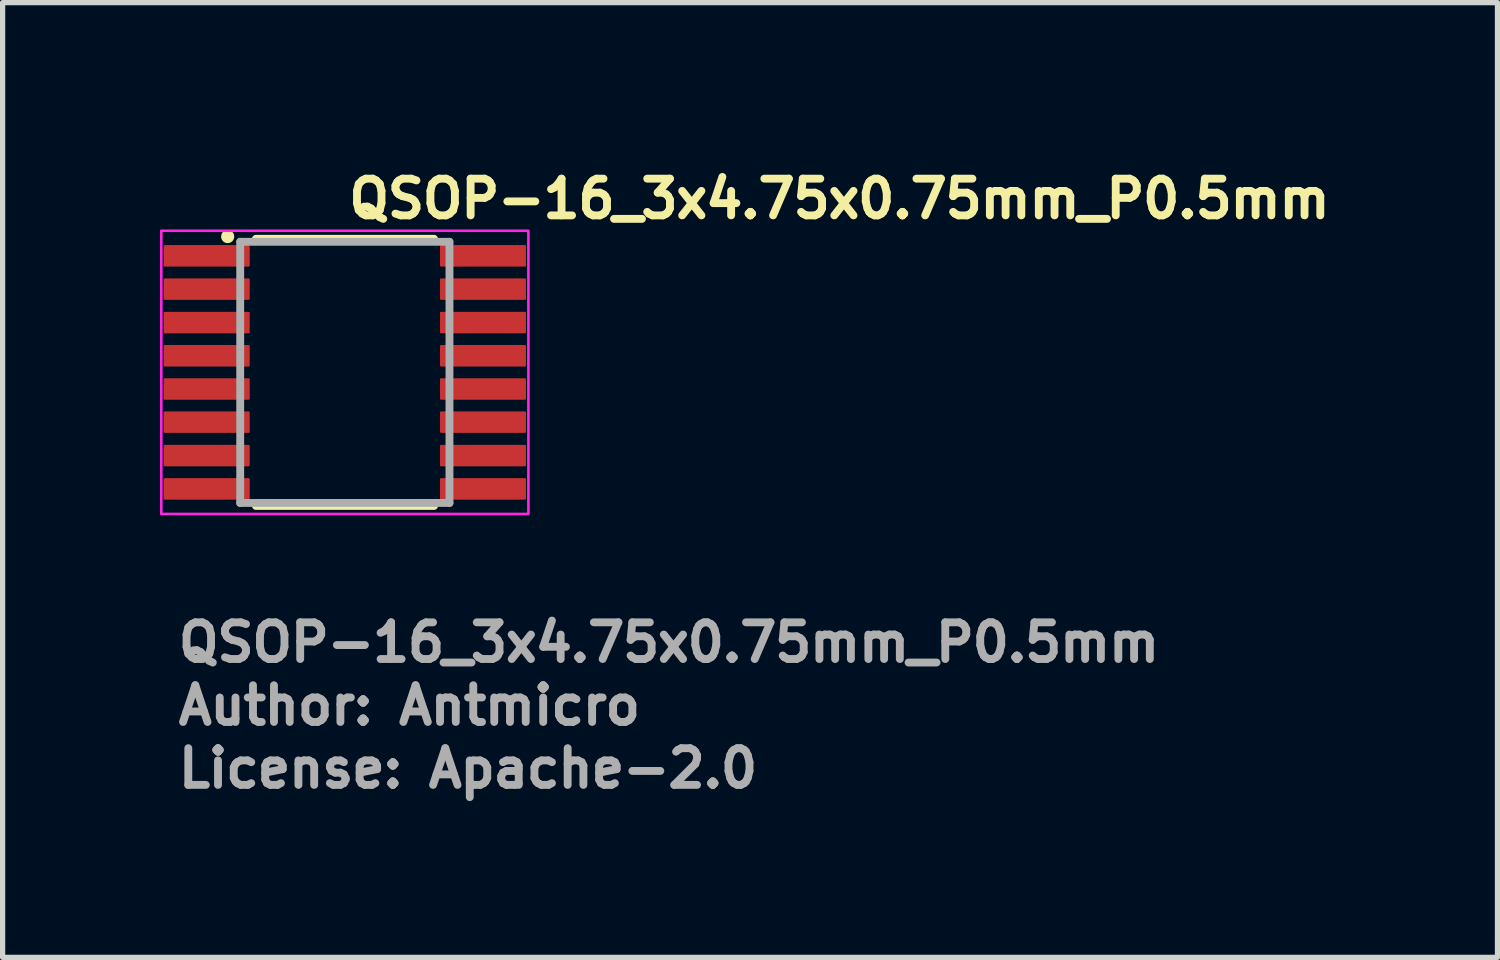
<source format=kicad_pcb>
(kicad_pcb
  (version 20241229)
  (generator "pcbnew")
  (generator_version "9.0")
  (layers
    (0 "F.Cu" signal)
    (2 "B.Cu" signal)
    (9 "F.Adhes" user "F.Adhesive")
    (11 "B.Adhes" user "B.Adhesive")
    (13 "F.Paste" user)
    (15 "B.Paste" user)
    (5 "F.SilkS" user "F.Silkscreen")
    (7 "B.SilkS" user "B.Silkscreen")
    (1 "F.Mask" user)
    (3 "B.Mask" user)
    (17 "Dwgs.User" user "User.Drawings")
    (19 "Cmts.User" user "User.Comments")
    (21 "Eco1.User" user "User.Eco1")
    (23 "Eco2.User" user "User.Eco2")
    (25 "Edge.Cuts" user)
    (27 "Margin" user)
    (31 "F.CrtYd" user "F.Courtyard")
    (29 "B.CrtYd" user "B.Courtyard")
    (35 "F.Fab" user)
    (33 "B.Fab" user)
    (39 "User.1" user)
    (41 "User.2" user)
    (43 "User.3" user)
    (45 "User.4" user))
  (footprint "QSOP-16_3x4.75x0.75mm_P0.5mm"
    (layer "F.Cu")
    (at 3.525 4.05)
    (property "Reference" "QSOP-16_3x4.75x0.75mm_P0.5mm" (at 0 -2.9 0) (layer "F.SilkS") (effects (font (size 0.7 0.7) (thickness 0.15)) (justify left bottom)))
    (attr smd)
    (fp_line (start -1.695 -2.547) (end 1.7 -2.547) (stroke (width 0.15) (type solid)) (layer "F.SilkS"))
    (fp_line (start -1.695 2.547) (end 1.7 2.547) (stroke (width 0.15) (type solid)) (layer "F.SilkS"))
    (fp_circle (center -2.234 -2.589) (end -2.184 -2.589) (stroke (width 0.15) (type solid)) (fill yes) (layer "F.SilkS"))
    (fp_rect (start -3.5 -2.7) (end 3.5 2.7) (stroke (width 0.05) (type solid)) (fill no) (layer "F.CrtYd"))
    (fp_line (start -1.995 -2.49) (end -1.995 2.49) (stroke (width 0.15) (type solid)) (layer "F.Fab"))
    (fp_line (start -1.995 -2.49) (end 1.995 -2.49) (stroke (width 0.15) (type solid)) (layer "F.Fab"))
    (fp_line (start -1.995 2.49) (end 1.995 2.49) (stroke (width 0.15) (type solid)) (layer "F.Fab"))
    (fp_line (start 1.995 -2.49) (end 1.995 2.49) (stroke (width 0.15) (type solid)) (layer "F.Fab"))
    (fp_rect (start -3.009 -2.445) (end 3.009 2.445) (stroke (width 0.1) (type solid)) (fill no) (layer "User.5"))
    (fp_line (start -3.009 -2.097) (end -3.009 -2.347) (stroke (width 0.02) (type solid)) (layer "User.9"))
    (fp_line (start -3.009 -1.462) (end -3.009 -1.712) (stroke (width 0.02) (type solid)) (layer "User.9"))
    (fp_line (start -3.009 -0.825) (end -3.009 -1.077) (stroke (width 0.02) (type solid)) (layer "User.9"))
    (fp_line (start -3.009 -0.192) (end -3.009 -0.442) (stroke (width 0.02) (type solid)) (layer "User.9"))
    (fp_line (start -3.009 0.442) (end -3.009 0.192) (stroke (width 0.02) (type solid)) (layer "User.9"))
    (fp_line (start -3.009 1.077) (end -3.009 0.825) (stroke (width 0.02) (type solid)) (layer "User.9"))
    (fp_line (start -3.009 1.712) (end -3.009 1.462) (stroke (width 0.02) (type solid)) (layer "User.9"))
    (fp_line (start -3.009 2.347) (end -3.009 2.097) (stroke (width 0.02) (type solid)) (layer "User.9"))
    (fp_line (start -2.559 -2.347) (end -3.009 -2.347) (stroke (width 0.02) (type solid)) (layer "User.9"))
    (fp_line (start -2.559 -2.097) (end -3.009 -2.097) (stroke (width 0.02) (type solid)) (layer "User.9"))
    (fp_line (start -2.559 -1.712) (end -3.009 -1.712) (stroke (width 0.02) (type solid)) (layer "User.9"))
    (fp_line (start -2.559 -1.462) (end -3.009 -1.462) (stroke (width 0.02) (type solid)) (layer "User.9"))
    (fp_line (start -2.559 -1.077) (end -3.009 -1.077) (stroke (width 0.02) (type solid)) (layer "User.9"))
    (fp_line (start -2.559 -0.825) (end -3.009 -0.825) (stroke (width 0.02) (type solid)) (layer "User.9"))
    (fp_line (start -2.559 -0.442) (end -3.009 -0.442) (stroke (width 0.02) (type solid)) (layer "User.9"))
    (fp_line (start -2.559 -0.192) (end -3.009 -0.192) (stroke (width 0.02) (type solid)) (layer "User.9"))
    (fp_line (start -2.559 0.192) (end -3.009 0.192) (stroke (width 0.02) (type solid)) (layer "User.9"))
    (fp_line (start -2.559 0.442) (end -3.009 0.442) (stroke (width 0.02) (type solid)) (layer "User.9"))
    (fp_line (start -2.559 0.825) (end -3.009 0.825) (stroke (width 0.02) (type solid)) (layer "User.9"))
    (fp_line (start -2.559 1.077) (end -3.009 1.077) (stroke (width 0.02) (type solid)) (layer "User.9"))
    (fp_line (start -2.559 1.462) (end -3.009 1.462) (stroke (width 0.02) (type solid)) (layer "User.9"))
    (fp_line (start -2.559 1.712) (end -3.009 1.712) (stroke (width 0.02) (type solid)) (layer "User.9"))
    (fp_line (start -2.559 2.097) (end -3.009 2.097) (stroke (width 0.02) (type solid)) (layer "User.9"))
    (fp_line (start -2.559 2.347) (end -3.009 2.347) (stroke (width 0.02) (type solid)) (layer "User.9"))
    (fp_line (start -2.509 -2.347) (end -2.559 -2.347) (stroke (width 0.02) (type solid)) (layer "User.9"))
    (fp_line (start -2.509 -2.097) (end -2.559 -2.097) (stroke (width 0.02) (type solid)) (layer "User.9"))
    (fp_line (start -2.509 -1.712) (end -2.559 -1.712) (stroke (width 0.02) (type solid)) (layer "User.9"))
    (fp_line (start -2.509 -1.462) (end -2.559 -1.462) (stroke (width 0.02) (type solid)) (layer "User.9"))
    (fp_line (start -2.509 -1.077) (end -2.559 -1.077) (stroke (width 0.02) (type solid)) (layer "User.9"))
    (fp_line (start -2.509 -0.825) (end -2.559 -0.825) (stroke (width 0.02) (type solid)) (layer "User.9"))
    (fp_line (start -2.509 -0.442) (end -2.559 -0.442) (stroke (width 0.02) (type solid)) (layer "User.9"))
    (fp_line (start -2.509 -0.192) (end -2.559 -0.192) (stroke (width 0.02) (type solid)) (layer "User.9"))
    (fp_line (start -2.509 0.192) (end -2.559 0.192) (stroke (width 0.02) (type solid)) (layer "User.9"))
    (fp_line (start -2.509 0.442) (end -2.559 0.442) (stroke (width 0.02) (type solid)) (layer "User.9"))
    (fp_line (start -2.509 0.825) (end -2.559 0.825) (stroke (width 0.02) (type solid)) (layer "User.9"))
    (fp_line (start -2.509 1.077) (end -2.559 1.077) (stroke (width 0.02) (type solid)) (layer "User.9"))
    (fp_line (start -2.509 1.462) (end -2.559 1.462) (stroke (width 0.02) (type solid)) (layer "User.9"))
    (fp_line (start -2.509 1.712) (end -2.559 1.712) (stroke (width 0.02) (type solid)) (layer "User.9"))
    (fp_line (start -2.509 2.097) (end -2.559 2.097) (stroke (width 0.02) (type solid)) (layer "User.9"))
    (fp_line (start -2.509 2.347) (end -2.559 2.347) (stroke (width 0.02) (type solid)) (layer "User.9"))
    (fp_line (start -2.475 -2.347) (end -2.509 -2.347) (stroke (width 0.02) (type solid)) (layer "User.9"))
    (fp_line (start -2.475 -2.097) (end -2.509 -2.097) (stroke (width 0.02) (type solid)) (layer "User.9"))
    (fp_line (start -2.475 -1.712) (end -2.509 -1.712) (stroke (width 0.02) (type solid)) (layer "User.9"))
    (fp_line (start -2.475 -1.462) (end -2.509 -1.462) (stroke (width 0.02) (type solid)) (layer "User.9"))
    (fp_line (start -2.475 -1.077) (end -2.509 -1.077) (stroke (width 0.02) (type solid)) (layer "User.9"))
    (fp_line (start -2.475 -0.825) (end -2.509 -0.825) (stroke (width 0.02) (type solid)) (layer "User.9"))
    (fp_line (start -2.475 -0.442) (end -2.509 -0.442) (stroke (width 0.02) (type solid)) (layer "User.9"))
    (fp_line (start -2.475 -0.192) (end -2.509 -0.192) (stroke (width 0.02) (type solid)) (layer "User.9"))
    (fp_line (start -2.475 0.192) (end -2.509 0.192) (stroke (width 0.02) (type solid)) (layer "User.9"))
    (fp_line (start -2.475 0.442) (end -2.509 0.442) (stroke (width 0.02) (type solid)) (layer "User.9"))
    (fp_line (start -2.475 0.825) (end -2.509 0.825) (stroke (width 0.02) (type solid)) (layer "User.9"))
    (fp_line (start -2.475 1.077) (end -2.509 1.077) (stroke (width 0.02) (type solid)) (layer "User.9"))
    (fp_line (start -2.475 1.462) (end -2.509 1.462) (stroke (width 0.02) (type solid)) (layer "User.9"))
    (fp_line (start -2.475 1.712) (end -2.509 1.712) (stroke (width 0.02) (type solid)) (layer "User.9"))
    (fp_line (start -2.475 2.097) (end -2.509 2.097) (stroke (width 0.02) (type solid)) (layer "User.9"))
    (fp_line (start -2.475 2.347) (end -2.509 2.347) (stroke (width 0.02) (type solid)) (layer "User.9"))
    (fp_line (start -2.275 -2.347) (end -2.475 -2.347) (stroke (width 0.02) (type solid)) (layer "User.9"))
    (fp_line (start -2.275 -2.097) (end -2.475 -2.097) (stroke (width 0.02) (type solid)) (layer "User.9"))
    (fp_line (start -2.275 -1.712) (end -2.475 -1.712) (stroke (width 0.02) (type solid)) (layer "User.9"))
    (fp_line (start -2.275 -1.462) (end -2.475 -1.462) (stroke (width 0.02) (type solid)) (layer "User.9"))
    (fp_line (start -2.275 -1.077) (end -2.475 -1.077) (stroke (width 0.02) (type solid)) (layer "User.9"))
    (fp_line (start -2.275 -0.825) (end -2.475 -0.825) (stroke (width 0.02) (type solid)) (layer "User.9"))
    (fp_line (start -2.275 -0.442) (end -2.475 -0.442) (stroke (width 0.02) (type solid)) (layer "User.9"))
    (fp_line (start -2.275 -0.192) (end -2.475 -0.192) (stroke (width 0.02) (type solid)) (layer "User.9"))
    (fp_line (start -2.275 0.192) (end -2.475 0.192) (stroke (width 0.02) (type solid)) (layer "User.9"))
    (fp_line (start -2.275 0.442) (end -2.475 0.442) (stroke (width 0.02) (type solid)) (layer "User.9"))
    (fp_line (start -2.275 0.825) (end -2.475 0.825) (stroke (width 0.02) (type solid)) (layer "User.9"))
    (fp_line (start -2.275 1.077) (end -2.475 1.077) (stroke (width 0.02) (type solid)) (layer "User.9"))
    (fp_line (start -2.275 1.462) (end -2.475 1.462) (stroke (width 0.02) (type solid)) (layer "User.9"))
    (fp_line (start -2.275 1.712) (end -2.475 1.712) (stroke (width 0.02) (type solid)) (layer "User.9"))
    (fp_line (start -2.275 2.097) (end -2.475 2.097) (stroke (width 0.02) (type solid)) (layer "User.9"))
    (fp_line (start -2.275 2.347) (end -2.475 2.347) (stroke (width 0.02) (type solid)) (layer "User.9"))
    (fp_line (start -1.95 -2.445) (end -1.95 2.445) (stroke (width 0.02) (type solid)) (layer "User.9"))
    (fp_line (start -1.95 -2.347) (end -2.275 -2.347) (stroke (width 0.02) (type solid)) (layer "User.9"))
    (fp_line (start -1.95 -2.097) (end -2.275 -2.097) (stroke (width 0.02) (type solid)) (layer "User.9"))
    (fp_line (start -1.95 -2.097) (end -1.95 -2.347) (stroke (width 0.02) (type solid)) (layer "User.9"))
    (fp_line (start -1.95 -1.712) (end -2.275 -1.712) (stroke (width 0.02) (type solid)) (layer "User.9"))
    (fp_line (start -1.95 -1.462) (end -2.275 -1.462) (stroke (width 0.02) (type solid)) (layer "User.9"))
    (fp_line (start -1.95 -1.462) (end -1.95 -1.712) (stroke (width 0.02) (type solid)) (layer "User.9"))
    (fp_line (start -1.95 -1.077) (end -2.275 -1.077) (stroke (width 0.02) (type solid)) (layer "User.9"))
    (fp_line (start -1.95 -0.825) (end -2.275 -0.825) (stroke (width 0.02) (type solid)) (layer "User.9"))
    (fp_line (start -1.95 -0.825) (end -1.95 -1.077) (stroke (width 0.02) (type solid)) (layer "User.9"))
    (fp_line (start -1.95 -0.442) (end -2.275 -0.442) (stroke (width 0.02) (type solid)) (layer "User.9"))
    (fp_line (start -1.95 -0.192) (end -2.275 -0.192) (stroke (width 0.02) (type solid)) (layer "User.9"))
    (fp_line (start -1.95 -0.192) (end -1.95 -0.442) (stroke (width 0.02) (type solid)) (layer "User.9"))
    (fp_line (start -1.95 0.192) (end -2.275 0.192) (stroke (width 0.02) (type solid)) (layer "User.9"))
    (fp_line (start -1.95 0.442) (end -2.275 0.442) (stroke (width 0.02) (type solid)) (layer "User.9"))
    (fp_line (start -1.95 0.442) (end -1.95 0.192) (stroke (width 0.02) (type solid)) (layer "User.9"))
    (fp_line (start -1.95 0.825) (end -2.275 0.825) (stroke (width 0.02) (type solid)) (layer "User.9"))
    (fp_line (start -1.95 1.077) (end -2.275 1.077) (stroke (width 0.02) (type solid)) (layer "User.9"))
    (fp_line (start -1.95 1.077) (end -1.95 0.825) (stroke (width 0.02) (type solid)) (layer "User.9"))
    (fp_line (start -1.95 1.462) (end -2.275 1.462) (stroke (width 0.02) (type solid)) (layer "User.9"))
    (fp_line (start -1.95 1.712) (end -2.275 1.712) (stroke (width 0.02) (type solid)) (layer "User.9"))
    (fp_line (start -1.95 1.712) (end -1.95 1.462) (stroke (width 0.02) (type solid)) (layer "User.9"))
    (fp_line (start -1.95 2.097) (end -2.275 2.097) (stroke (width 0.02) (type solid)) (layer "User.9"))
    (fp_line (start -1.95 2.347) (end -2.275 2.347) (stroke (width 0.02) (type solid)) (layer "User.9"))
    (fp_line (start -1.95 2.347) (end -1.95 2.097) (stroke (width 0.02) (type solid)) (layer "User.9"))
    (fp_line (start -1.95 2.445) (end 1.95 2.445) (stroke (width 0.02) (type solid)) (layer "User.9"))
    (fp_line (start -1.851 -2.346) (end -1.95 -2.445) (stroke (width 0.02) (type solid)) (layer "User.9"))
    (fp_line (start -1.851 -2.346) (end -1.851 2.346) (stroke (width 0.02) (type solid)) (layer "User.9"))
    (fp_line (start -1.851 2.346) (end -1.95 2.445) (stroke (width 0.02) (type solid)) (layer "User.9"))
    (fp_line (start -1.851 2.346) (end 1.851 2.346) (stroke (width 0.02) (type solid)) (layer "User.9"))
    (fp_line (start 1.851 -2.346) (end -1.851 -2.346) (stroke (width 0.02) (type solid)) (layer "User.9"))
    (fp_line (start 1.851 -2.346) (end 1.95 -2.445) (stroke (width 0.02) (type solid)) (layer "User.9"))
    (fp_line (start 1.851 2.346) (end 1.851 -2.346) (stroke (width 0.02) (type solid)) (layer "User.9"))
    (fp_line (start 1.851 2.346) (end 1.95 2.445) (stroke (width 0.02) (type solid)) (layer "User.9"))
    (fp_line (start 1.95 -2.445) (end -1.95 -2.445) (stroke (width 0.02) (type solid)) (layer "User.9"))
    (fp_line (start 1.95 -2.347) (end 2.275 -2.347) (stroke (width 0.02) (type solid)) (layer "User.9"))
    (fp_line (start 1.95 -2.097) (end 1.95 -2.347) (stroke (width 0.02) (type solid)) (layer "User.9"))
    (fp_line (start 1.95 -2.097) (end 2.275 -2.097) (stroke (width 0.02) (type solid)) (layer "User.9"))
    (fp_line (start 1.95 -1.712) (end 2.275 -1.712) (stroke (width 0.02) (type solid)) (layer "User.9"))
    (fp_line (start 1.95 -1.462) (end 1.95 -1.712) (stroke (width 0.02) (type solid)) (layer "User.9"))
    (fp_line (start 1.95 -1.462) (end 2.275 -1.462) (stroke (width 0.02) (type solid)) (layer "User.9"))
    (fp_line (start 1.95 -1.077) (end 2.275 -1.077) (stroke (width 0.02) (type solid)) (layer "User.9"))
    (fp_line (start 1.95 -0.825) (end 1.95 -1.077) (stroke (width 0.02) (type solid)) (layer "User.9"))
    (fp_line (start 1.95 -0.825) (end 2.275 -0.825) (stroke (width 0.02) (type solid)) (layer "User.9"))
    (fp_line (start 1.95 -0.442) (end 2.275 -0.442) (stroke (width 0.02) (type solid)) (layer "User.9"))
    (fp_line (start 1.95 -0.192) (end 1.95 -0.442) (stroke (width 0.02) (type solid)) (layer "User.9"))
    (fp_line (start 1.95 -0.192) (end 2.275 -0.192) (stroke (width 0.02) (type solid)) (layer "User.9"))
    (fp_line (start 1.95 0.192) (end 2.275 0.192) (stroke (width 0.02) (type solid)) (layer "User.9"))
    (fp_line (start 1.95 0.442) (end 1.95 0.192) (stroke (width 0.02) (type solid)) (layer "User.9"))
    (fp_line (start 1.95 0.442) (end 2.275 0.442) (stroke (width 0.02) (type solid)) (layer "User.9"))
    (fp_line (start 1.95 0.825) (end 2.275 0.825) (stroke (width 0.02) (type solid)) (layer "User.9"))
    (fp_line (start 1.95 1.077) (end 1.95 0.825) (stroke (width 0.02) (type solid)) (layer "User.9"))
    (fp_line (start 1.95 1.077) (end 2.275 1.077) (stroke (width 0.02) (type solid)) (layer "User.9"))
    (fp_line (start 1.95 1.462) (end 2.275 1.462) (stroke (width 0.02) (type solid)) (layer "User.9"))
    (fp_line (start 1.95 1.712) (end 1.95 1.462) (stroke (width 0.02) (type solid)) (layer "User.9"))
    (fp_line (start 1.95 1.712) (end 2.275 1.712) (stroke (width 0.02) (type solid)) (layer "User.9"))
    (fp_line (start 1.95 2.097) (end 2.275 2.097) (stroke (width 0.02) (type solid)) (layer "User.9"))
    (fp_line (start 1.95 2.347) (end 1.95 2.097) (stroke (width 0.02) (type solid)) (layer "User.9"))
    (fp_line (start 1.95 2.347) (end 2.275 2.347) (stroke (width 0.02) (type solid)) (layer "User.9"))
    (fp_line (start 1.95 2.445) (end 1.95 -2.445) (stroke (width 0.02) (type solid)) (layer "User.9"))
    (fp_line (start 2.275 -2.347) (end 2.475 -2.347) (stroke (width 0.02) (type solid)) (layer "User.9"))
    (fp_line (start 2.275 -2.097) (end 2.475 -2.097) (stroke (width 0.02) (type solid)) (layer "User.9"))
    (fp_line (start 2.275 -1.712) (end 2.475 -1.712) (stroke (width 0.02) (type solid)) (layer "User.9"))
    (fp_line (start 2.275 -1.462) (end 2.475 -1.462) (stroke (width 0.02) (type solid)) (layer "User.9"))
    (fp_line (start 2.275 -1.077) (end 2.475 -1.077) (stroke (width 0.02) (type solid)) (layer "User.9"))
    (fp_line (start 2.275 -0.825) (end 2.475 -0.825) (stroke (width 0.02) (type solid)) (layer "User.9"))
    (fp_line (start 2.275 -0.442) (end 2.475 -0.442) (stroke (width 0.02) (type solid)) (layer "User.9"))
    (fp_line (start 2.275 -0.192) (end 2.475 -0.192) (stroke (width 0.02) (type solid)) (layer "User.9"))
    (fp_line (start 2.275 0.192) (end 2.475 0.192) (stroke (width 0.02) (type solid)) (layer "User.9"))
    (fp_line (start 2.275 0.442) (end 2.475 0.442) (stroke (width 0.02) (type solid)) (layer "User.9"))
    (fp_line (start 2.275 0.825) (end 2.475 0.825) (stroke (width 0.02) (type solid)) (layer "User.9"))
    (fp_line (start 2.275 1.077) (end 2.475 1.077) (stroke (width 0.02) (type solid)) (layer "User.9"))
    (fp_line (start 2.275 1.462) (end 2.475 1.462) (stroke (width 0.02) (type solid)) (layer "User.9"))
    (fp_line (start 2.275 1.712) (end 2.475 1.712) (stroke (width 0.02) (type solid)) (layer "User.9"))
    (fp_line (start 2.275 2.097) (end 2.475 2.097) (stroke (width 0.02) (type solid)) (layer "User.9"))
    (fp_line (start 2.275 2.347) (end 2.475 2.347) (stroke (width 0.02) (type solid)) (layer "User.9"))
    (fp_line (start 2.475 -2.347) (end 2.509 -2.347) (stroke (width 0.02) (type solid)) (layer "User.9"))
    (fp_line (start 2.475 -2.097) (end 2.509 -2.097) (stroke (width 0.02) (type solid)) (layer "User.9"))
    (fp_line (start 2.475 -1.712) (end 2.509 -1.712) (stroke (width 0.02) (type solid)) (layer "User.9"))
    (fp_line (start 2.475 -1.462) (end 2.509 -1.462) (stroke (width 0.02) (type solid)) (layer "User.9"))
    (fp_line (start 2.475 -1.077) (end 2.509 -1.077) (stroke (width 0.02) (type solid)) (layer "User.9"))
    (fp_line (start 2.475 -0.825) (end 2.509 -0.825) (stroke (width 0.02) (type solid)) (layer "User.9"))
    (fp_line (start 2.475 -0.442) (end 2.509 -0.442) (stroke (width 0.02) (type solid)) (layer "User.9"))
    (fp_line (start 2.475 -0.192) (end 2.509 -0.192) (stroke (width 0.02) (type solid)) (layer "User.9"))
    (fp_line (start 2.475 0.192) (end 2.509 0.192) (stroke (width 0.02) (type solid)) (layer "User.9"))
    (fp_line (start 2.475 0.442) (end 2.509 0.442) (stroke (width 0.02) (type solid)) (layer "User.9"))
    (fp_line (start 2.475 0.825) (end 2.509 0.825) (stroke (width 0.02) (type solid)) (layer "User.9"))
    (fp_line (start 2.475 1.077) (end 2.509 1.077) (stroke (width 0.02) (type solid)) (layer "User.9"))
    (fp_line (start 2.475 1.462) (end 2.509 1.462) (stroke (width 0.02) (type solid)) (layer "User.9"))
    (fp_line (start 2.475 1.712) (end 2.509 1.712) (stroke (width 0.02) (type solid)) (layer "User.9"))
    (fp_line (start 2.475 2.097) (end 2.509 2.097) (stroke (width 0.02) (type solid)) (layer "User.9"))
    (fp_line (start 2.475 2.347) (end 2.509 2.347) (stroke (width 0.02) (type solid)) (layer "User.9"))
    (fp_line (start 2.509 -2.347) (end 2.559 -2.347) (stroke (width 0.02) (type solid)) (layer "User.9"))
    (fp_line (start 2.509 -2.097) (end 2.559 -2.097) (stroke (width 0.02) (type solid)) (layer "User.9"))
    (fp_line (start 2.509 -1.712) (end 2.559 -1.712) (stroke (width 0.02) (type solid)) (layer "User.9"))
    (fp_line (start 2.509 -1.462) (end 2.559 -1.462) (stroke (width 0.02) (type solid)) (layer "User.9"))
    (fp_line (start 2.509 -1.077) (end 2.559 -1.077) (stroke (width 0.02) (type solid)) (layer "User.9"))
    (fp_line (start 2.509 -0.825) (end 2.559 -0.825) (stroke (width 0.02) (type solid)) (layer "User.9"))
    (fp_line (start 2.509 -0.442) (end 2.559 -0.442) (stroke (width 0.02) (type solid)) (layer "User.9"))
    (fp_line (start 2.509 -0.192) (end 2.559 -0.192) (stroke (width 0.02) (type solid)) (layer "User.9"))
    (fp_line (start 2.509 0.192) (end 2.559 0.192) (stroke (width 0.02) (type solid)) (layer "User.9"))
    (fp_line (start 2.509 0.442) (end 2.559 0.442) (stroke (width 0.02) (type solid)) (layer "User.9"))
    (fp_line (start 2.509 0.825) (end 2.559 0.825) (stroke (width 0.02) (type solid)) (layer "User.9"))
    (fp_line (start 2.509 1.077) (end 2.559 1.077) (stroke (width 0.02) (type solid)) (layer "User.9"))
    (fp_line (start 2.509 1.462) (end 2.559 1.462) (stroke (width 0.02) (type solid)) (layer "User.9"))
    (fp_line (start 2.509 1.712) (end 2.559 1.712) (stroke (width 0.02) (type solid)) (layer "User.9"))
    (fp_line (start 2.509 2.097) (end 2.559 2.097) (stroke (width 0.02) (type solid)) (layer "User.9"))
    (fp_line (start 2.509 2.347) (end 2.559 2.347) (stroke (width 0.02) (type solid)) (layer "User.9"))
    (fp_line (start 2.559 -2.347) (end 3.009 -2.347) (stroke (width 0.02) (type solid)) (layer "User.9"))
    (fp_line (start 2.559 -2.097) (end 3.009 -2.097) (stroke (width 0.02) (type solid)) (layer "User.9"))
    (fp_line (start 2.559 -1.712) (end 3.009 -1.712) (stroke (width 0.02) (type solid)) (layer "User.9"))
    (fp_line (start 2.559 -1.462) (end 3.009 -1.462) (stroke (width 0.02) (type solid)) (layer "User.9"))
    (fp_line (start 2.559 -1.077) (end 3.009 -1.077) (stroke (width 0.02) (type solid)) (layer "User.9"))
    (fp_line (start 2.559 -0.825) (end 3.009 -0.825) (stroke (width 0.02) (type solid)) (layer "User.9"))
    (fp_line (start 2.559 -0.442) (end 3.009 -0.442) (stroke (width 0.02) (type solid)) (layer "User.9"))
    (fp_line (start 2.559 -0.192) (end 3.009 -0.192) (stroke (width 0.02) (type solid)) (layer "User.9"))
    (fp_line (start 2.559 0.192) (end 3.009 0.192) (stroke (width 0.02) (type solid)) (layer "User.9"))
    (fp_line (start 2.559 0.442) (end 3.009 0.442) (stroke (width 0.02) (type solid)) (layer "User.9"))
    (fp_line (start 2.559 0.825) (end 3.009 0.825) (stroke (width 0.02) (type solid)) (layer "User.9"))
    (fp_line (start 2.559 1.077) (end 3.009 1.077) (stroke (width 0.02) (type solid)) (layer "User.9"))
    (fp_line (start 2.559 1.462) (end 3.009 1.462) (stroke (width 0.02) (type solid)) (layer "User.9"))
    (fp_line (start 2.559 1.712) (end 3.009 1.712) (stroke (width 0.02) (type solid)) (layer "User.9"))
    (fp_line (start 2.559 2.097) (end 3.009 2.097) (stroke (width 0.02) (type solid)) (layer "User.9"))
    (fp_line (start 2.559 2.347) (end 3.009 2.347) (stroke (width 0.02) (type solid)) (layer "User.9"))
    (fp_line (start 3.009 -2.097) (end 3.009 -2.347) (stroke (width 0.02) (type solid)) (layer "User.9"))
    (fp_line (start 3.009 -1.462) (end 3.009 -1.712) (stroke (width 0.02) (type solid)) (layer "User.9"))
    (fp_line (start 3.009 -0.825) (end 3.009 -1.077) (stroke (width 0.02) (type solid)) (layer "User.9"))
    (fp_line (start 3.009 -0.192) (end 3.009 -0.442) (stroke (width 0.02) (type solid)) (layer "User.9"))
    (fp_line (start 3.009 0.442) (end 3.009 0.192) (stroke (width 0.02) (type solid)) (layer "User.9"))
    (fp_line (start 3.009 1.077) (end 3.009 0.825) (stroke (width 0.02) (type solid)) (layer "User.9"))
    (fp_line (start 3.009 1.712) (end 3.009 1.462) (stroke (width 0.02) (type solid)) (layer "User.9"))
    (fp_line (start 3.009 2.347) (end 3.009 2.097) (stroke (width 0.02) (type solid)) (layer "User.9"))
    (fp_text user "License: Apache-2.0" (at -3.25 7.959 0) (layer "F.Fab") (effects (font (size 0.7 0.7) (thickness 0.15)) (justify left bottom)))
    (fp_text user "${REFERENCE}" (at -3.25 5.559 0) (layer "F.Fab") (effects (font (size 0.7 0.7) (thickness 0.15)) (justify left bottom)))
    (fp_text user "Author: Antmicro" (at -3.25 6.759 0) (layer "F.Fab") (effects (font (size 0.7 0.7) (thickness 0.15)) (justify left bottom)))
    (pad "1" smd roundrect (at -2.634 -2.222) (size 1.64 0.41) (layers "F.Cu" "F.Mask" "F.Paste") (roundrect_rratio 0.05))
    (pad "2" smd roundrect (at -2.634 -1.587) (size 1.64 0.41) (layers "F.Cu" "F.Mask" "F.Paste") (roundrect_rratio 0.05))
    (pad "3" smd roundrect (at -2.634 -0.949) (size 1.64 0.41) (layers "F.Cu" "F.Mask" "F.Paste") (roundrect_rratio 0.05))
    (pad "4" smd roundrect (at -2.634 -0.317) (size 1.64 0.41) (layers "F.Cu" "F.Mask" "F.Paste") (roundrect_rratio 0.05))
    (pad "5" smd roundrect (at -2.634 0.317) (size 1.64 0.41) (layers "F.Cu" "F.Mask" "F.Paste") (roundrect_rratio 0.05))
    (pad "6" smd roundrect (at -2.634 0.949) (size 1.64 0.41) (layers "F.Cu" "F.Mask" "F.Paste") (roundrect_rratio 0.05))
    (pad "7" smd roundrect (at -2.634 1.587) (size 1.64 0.41) (layers "F.Cu" "F.Mask" "F.Paste") (roundrect_rratio 0.05))
    (pad "8" smd roundrect (at -2.634 2.222) (size 1.64 0.41) (layers "F.Cu" "F.Mask" "F.Paste") (roundrect_rratio 0.05))
    (pad "9" smd roundrect (at 2.634 2.222) (size 1.64 0.41) (layers "F.Cu" "F.Mask" "F.Paste") (roundrect_rratio 0.05))
    (pad "10" smd roundrect (at 2.634 1.587) (size 1.64 0.41) (layers "F.Cu" "F.Mask" "F.Paste") (roundrect_rratio 0.05))
    (pad "11" smd roundrect (at 2.634 0.949) (size 1.64 0.41) (layers "F.Cu" "F.Mask" "F.Paste") (roundrect_rratio 0.05))
    (pad "12" smd roundrect (at 2.634 0.317) (size 1.64 0.41) (layers "F.Cu" "F.Mask" "F.Paste") (roundrect_rratio 0.05))
    (pad "13" smd roundrect (at 2.634 -0.317) (size 1.64 0.41) (layers "F.Cu" "F.Mask" "F.Paste") (roundrect_rratio 0.05))
    (pad "14" smd roundrect (at 2.634 -0.949) (size 1.64 0.41) (layers "F.Cu" "F.Mask" "F.Paste") (roundrect_rratio 0.05))
    (pad "15" smd roundrect (at 2.634 -1.587) (size 1.64 0.41) (layers "F.Cu" "F.Mask" "F.Paste") (roundrect_rratio 0.05))
    (pad "16" smd roundrect (at 2.634 -2.222) (size 1.64 0.41) (layers "F.Cu" "F.Mask" "F.Paste") (roundrect_rratio 0.05)))
  (gr_rect
    (start -3 -3)
    (end 25.502 15.204)
    (stroke (width 0.1) (type default))
    (fill no)
    (layer "Edge.Cuts")))
</source>
